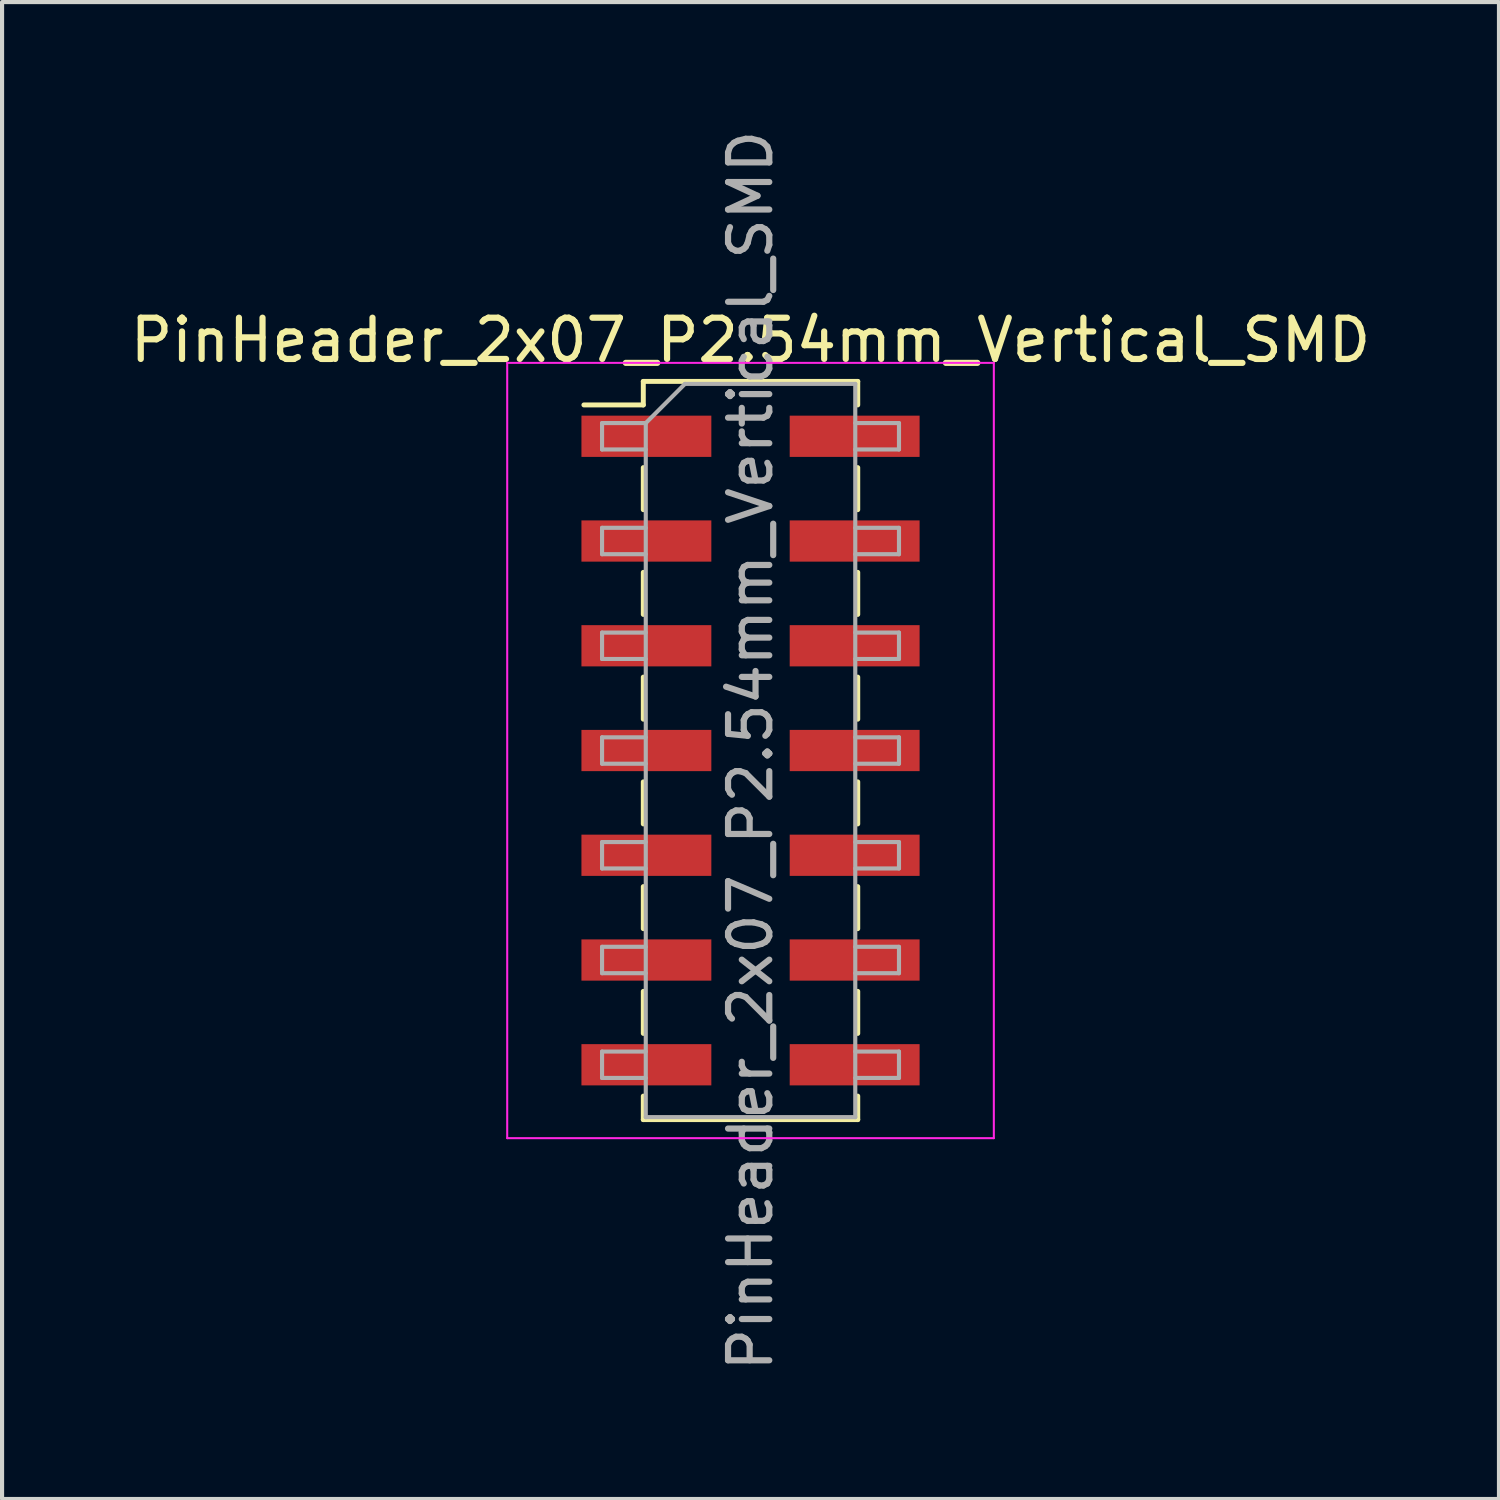
<source format=kicad_pcb>
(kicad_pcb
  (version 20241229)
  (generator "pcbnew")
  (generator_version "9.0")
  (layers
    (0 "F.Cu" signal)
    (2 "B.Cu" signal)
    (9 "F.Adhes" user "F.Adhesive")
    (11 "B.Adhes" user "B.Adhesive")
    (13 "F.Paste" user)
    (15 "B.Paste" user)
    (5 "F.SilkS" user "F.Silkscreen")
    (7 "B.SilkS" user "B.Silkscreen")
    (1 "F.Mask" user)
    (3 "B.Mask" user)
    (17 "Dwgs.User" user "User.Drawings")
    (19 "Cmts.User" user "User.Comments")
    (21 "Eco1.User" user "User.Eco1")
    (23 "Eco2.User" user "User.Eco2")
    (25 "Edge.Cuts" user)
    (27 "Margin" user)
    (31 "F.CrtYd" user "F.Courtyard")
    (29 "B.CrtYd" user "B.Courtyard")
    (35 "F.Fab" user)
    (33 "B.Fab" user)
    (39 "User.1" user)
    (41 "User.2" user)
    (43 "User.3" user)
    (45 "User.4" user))
  (footprint "PinHeader_2x07_P2.54mm_Vertical_SMD"
    (layer "F.Cu")
    (at 15.149 15.149)
    (property "Reference" "PinHeader_2x07_P2.54mm_Vertical_SMD" (at 0 -9.95 0) (layer "F.SilkS") (effects (font (size 1 1) (thickness 0.15))))
    (attr smd)
    (fp_line (start -4.04 -8.38) (end -2.6 -8.38) (stroke (width 0.12) (type solid)) (layer "F.SilkS"))
    (fp_line (start -2.6 -8.95) (end -2.6 -8.38) (stroke (width 0.12) (type solid)) (layer "F.SilkS"))
    (fp_line (start -2.6 -8.95) (end 2.6 -8.95) (stroke (width 0.12) (type solid)) (layer "F.SilkS"))
    (fp_line (start -2.6 -6.86) (end -2.6 -5.84) (stroke (width 0.12) (type solid)) (layer "F.SilkS"))
    (fp_line (start -2.6 -4.32) (end -2.6 -3.3) (stroke (width 0.12) (type solid)) (layer "F.SilkS"))
    (fp_line (start -2.6 -1.78) (end -2.6 -0.76) (stroke (width 0.12) (type solid)) (layer "F.SilkS"))
    (fp_line (start -2.6 0.76) (end -2.6 1.78) (stroke (width 0.12) (type solid)) (layer "F.SilkS"))
    (fp_line (start -2.6 3.3) (end -2.6 4.32) (stroke (width 0.12) (type solid)) (layer "F.SilkS"))
    (fp_line (start -2.6 5.84) (end -2.6 6.86) (stroke (width 0.12) (type solid)) (layer "F.SilkS"))
    (fp_line (start -2.6 8.38) (end -2.6 8.95) (stroke (width 0.12) (type solid)) (layer "F.SilkS"))
    (fp_line (start -2.6 8.95) (end 2.6 8.95) (stroke (width 0.12) (type solid)) (layer "F.SilkS"))
    (fp_line (start 2.6 -8.95) (end 2.6 -8.38) (stroke (width 0.12) (type solid)) (layer "F.SilkS"))
    (fp_line (start 2.6 -6.86) (end 2.6 -5.84) (stroke (width 0.12) (type solid)) (layer "F.SilkS"))
    (fp_line (start 2.6 -4.32) (end 2.6 -3.3) (stroke (width 0.12) (type solid)) (layer "F.SilkS"))
    (fp_line (start 2.6 -1.78) (end 2.6 -0.76) (stroke (width 0.12) (type solid)) (layer "F.SilkS"))
    (fp_line (start 2.6 0.76) (end 2.6 1.78) (stroke (width 0.12) (type solid)) (layer "F.SilkS"))
    (fp_line (start 2.6 3.3) (end 2.6 4.32) (stroke (width 0.12) (type solid)) (layer "F.SilkS"))
    (fp_line (start 2.6 5.84) (end 2.6 6.86) (stroke (width 0.12) (type solid)) (layer "F.SilkS"))
    (fp_line (start 2.6 8.38) (end 2.6 8.95) (stroke (width 0.12) (type solid)) (layer "F.SilkS"))
    (fp_line (start -5.9 -9.4) (end -5.9 9.4) (stroke (width 0.05) (type solid)) (layer "F.CrtYd"))
    (fp_line (start -5.9 9.4) (end 5.9 9.4) (stroke (width 0.05) (type solid)) (layer "F.CrtYd"))
    (fp_line (start 5.9 -9.4) (end -5.9 -9.4) (stroke (width 0.05) (type solid)) (layer "F.CrtYd"))
    (fp_line (start 5.9 9.4) (end 5.9 -9.4) (stroke (width 0.05) (type solid)) (layer "F.CrtYd"))
    (fp_line (start -3.6 -7.94) (end -3.6 -7.3) (stroke (width 0.1) (type solid)) (layer "F.Fab"))
    (fp_line (start -3.6 -7.3) (end -2.54 -7.3) (stroke (width 0.1) (type solid)) (layer "F.Fab"))
    (fp_line (start -3.6 -5.4) (end -3.6 -4.76) (stroke (width 0.1) (type solid)) (layer "F.Fab"))
    (fp_line (start -3.6 -4.76) (end -2.54 -4.76) (stroke (width 0.1) (type solid)) (layer "F.Fab"))
    (fp_line (start -3.6 -2.86) (end -3.6 -2.22) (stroke (width 0.1) (type solid)) (layer "F.Fab"))
    (fp_line (start -3.6 -2.22) (end -2.54 -2.22) (stroke (width 0.1) (type solid)) (layer "F.Fab"))
    (fp_line (start -3.6 -0.32) (end -3.6 0.32) (stroke (width 0.1) (type solid)) (layer "F.Fab"))
    (fp_line (start -3.6 0.32) (end -2.54 0.32) (stroke (width 0.1) (type solid)) (layer "F.Fab"))
    (fp_line (start -3.6 2.22) (end -3.6 2.86) (stroke (width 0.1) (type solid)) (layer "F.Fab"))
    (fp_line (start -3.6 2.86) (end -2.54 2.86) (stroke (width 0.1) (type solid)) (layer "F.Fab"))
    (fp_line (start -3.6 4.76) (end -3.6 5.4) (stroke (width 0.1) (type solid)) (layer "F.Fab"))
    (fp_line (start -3.6 5.4) (end -2.54 5.4) (stroke (width 0.1) (type solid)) (layer "F.Fab"))
    (fp_line (start -3.6 7.3) (end -3.6 7.94) (stroke (width 0.1) (type solid)) (layer "F.Fab"))
    (fp_line (start -3.6 7.94) (end -2.54 7.94) (stroke (width 0.1) (type solid)) (layer "F.Fab"))
    (fp_line (start -2.54 -7.94) (end -3.6 -7.94) (stroke (width 0.1) (type solid)) (layer "F.Fab"))
    (fp_line (start -2.54 -7.94) (end -1.59 -8.89) (stroke (width 0.1) (type solid)) (layer "F.Fab"))
    (fp_line (start -2.54 -5.4) (end -3.6 -5.4) (stroke (width 0.1) (type solid)) (layer "F.Fab"))
    (fp_line (start -2.54 -2.86) (end -3.6 -2.86) (stroke (width 0.1) (type solid)) (layer "F.Fab"))
    (fp_line (start -2.54 -0.32) (end -3.6 -0.32) (stroke (width 0.1) (type solid)) (layer "F.Fab"))
    (fp_line (start -2.54 2.22) (end -3.6 2.22) (stroke (width 0.1) (type solid)) (layer "F.Fab"))
    (fp_line (start -2.54 4.76) (end -3.6 4.76) (stroke (width 0.1) (type solid)) (layer "F.Fab"))
    (fp_line (start -2.54 7.3) (end -3.6 7.3) (stroke (width 0.1) (type solid)) (layer "F.Fab"))
    (fp_line (start -2.54 8.89) (end -2.54 -7.94) (stroke (width 0.1) (type solid)) (layer "F.Fab"))
    (fp_line (start -1.59 -8.89) (end 2.54 -8.89) (stroke (width 0.1) (type solid)) (layer "F.Fab"))
    (fp_line (start 2.54 -8.89) (end 2.54 8.89) (stroke (width 0.1) (type solid)) (layer "F.Fab"))
    (fp_line (start 2.54 -7.94) (end 3.6 -7.94) (stroke (width 0.1) (type solid)) (layer "F.Fab"))
    (fp_line (start 2.54 -5.4) (end 3.6 -5.4) (stroke (width 0.1) (type solid)) (layer "F.Fab"))
    (fp_line (start 2.54 -2.86) (end 3.6 -2.86) (stroke (width 0.1) (type solid)) (layer "F.Fab"))
    (fp_line (start 2.54 -0.32) (end 3.6 -0.32) (stroke (width 0.1) (type solid)) (layer "F.Fab"))
    (fp_line (start 2.54 2.22) (end 3.6 2.22) (stroke (width 0.1) (type solid)) (layer "F.Fab"))
    (fp_line (start 2.54 4.76) (end 3.6 4.76) (stroke (width 0.1) (type solid)) (layer "F.Fab"))
    (fp_line (start 2.54 7.3) (end 3.6 7.3) (stroke (width 0.1) (type solid)) (layer "F.Fab"))
    (fp_line (start 2.54 8.89) (end -2.54 8.89) (stroke (width 0.1) (type solid)) (layer "F.Fab"))
    (fp_line (start 3.6 -7.94) (end 3.6 -7.3) (stroke (width 0.1) (type solid)) (layer "F.Fab"))
    (fp_line (start 3.6 -7.3) (end 2.54 -7.3) (stroke (width 0.1) (type solid)) (layer "F.Fab"))
    (fp_line (start 3.6 -5.4) (end 3.6 -4.76) (stroke (width 0.1) (type solid)) (layer "F.Fab"))
    (fp_line (start 3.6 -4.76) (end 2.54 -4.76) (stroke (width 0.1) (type solid)) (layer "F.Fab"))
    (fp_line (start 3.6 -2.86) (end 3.6 -2.22) (stroke (width 0.1) (type solid)) (layer "F.Fab"))
    (fp_line (start 3.6 -2.22) (end 2.54 -2.22) (stroke (width 0.1) (type solid)) (layer "F.Fab"))
    (fp_line (start 3.6 -0.32) (end 3.6 0.32) (stroke (width 0.1) (type solid)) (layer "F.Fab"))
    (fp_line (start 3.6 0.32) (end 2.54 0.32) (stroke (width 0.1) (type solid)) (layer "F.Fab"))
    (fp_line (start 3.6 2.22) (end 3.6 2.86) (stroke (width 0.1) (type solid)) (layer "F.Fab"))
    (fp_line (start 3.6 2.86) (end 2.54 2.86) (stroke (width 0.1) (type solid)) (layer "F.Fab"))
    (fp_line (start 3.6 4.76) (end 3.6 5.4) (stroke (width 0.1) (type solid)) (layer "F.Fab"))
    (fp_line (start 3.6 5.4) (end 2.54 5.4) (stroke (width 0.1) (type solid)) (layer "F.Fab"))
    (fp_line (start 3.6 7.3) (end 3.6 7.94) (stroke (width 0.1) (type solid)) (layer "F.Fab"))
    (fp_line (start 3.6 7.94) (end 2.54 7.94) (stroke (width 0.1) (type solid)) (layer "F.Fab"))
    (fp_text user "${REFERENCE}" (at 0 0 90) (layer "F.Fab") (effects (font (size 1 1) (thickness 0.15))))
    (pad "1" smd rect (at -2.525 -7.62) (size 3.15 1) (layers "F.Cu" "F.Mask" "F.Paste"))
    (pad "2" smd rect (at 2.525 -7.62) (size 3.15 1) (layers "F.Cu" "F.Mask" "F.Paste"))
    (pad "3" smd rect (at -2.525 -5.08) (size 3.15 1) (layers "F.Cu" "F.Mask" "F.Paste"))
    (pad "4" smd rect (at 2.525 -5.08) (size 3.15 1) (layers "F.Cu" "F.Mask" "F.Paste"))
    (pad "5" smd rect (at -2.525 -2.54) (size 3.15 1) (layers "F.Cu" "F.Mask" "F.Paste"))
    (pad "6" smd rect (at 2.525 -2.54) (size 3.15 1) (layers "F.Cu" "F.Mask" "F.Paste"))
    (pad "7" smd rect (at -2.525 0) (size 3.15 1) (layers "F.Cu" "F.Mask" "F.Paste"))
    (pad "8" smd rect (at 2.525 0) (size 3.15 1) (layers "F.Cu" "F.Mask" "F.Paste"))
    (pad "9" smd rect (at -2.525 2.54) (size 3.15 1) (layers "F.Cu" "F.Mask" "F.Paste"))
    (pad "10" smd rect (at 2.525 2.54) (size 3.15 1) (layers "F.Cu" "F.Mask" "F.Paste"))
    (pad "11" smd rect (at -2.525 5.08) (size 3.15 1) (layers "F.Cu" "F.Mask" "F.Paste"))
    (pad "12" smd rect (at 2.525 5.08) (size 3.15 1) (layers "F.Cu" "F.Mask" "F.Paste"))
    (pad "13" smd rect (at -2.525 7.62) (size 3.15 1) (layers "F.Cu" "F.Mask" "F.Paste"))
    (pad "14" smd rect (at 2.525 7.62) (size 3.15 1) (layers "F.Cu" "F.Mask" "F.Paste")))
  (gr_rect
    (start -3 -3)
    (end 33.298 33.298)
    (stroke (width 0.1) (type default))
    (fill no)
    (layer "Edge.Cuts")))
</source>
